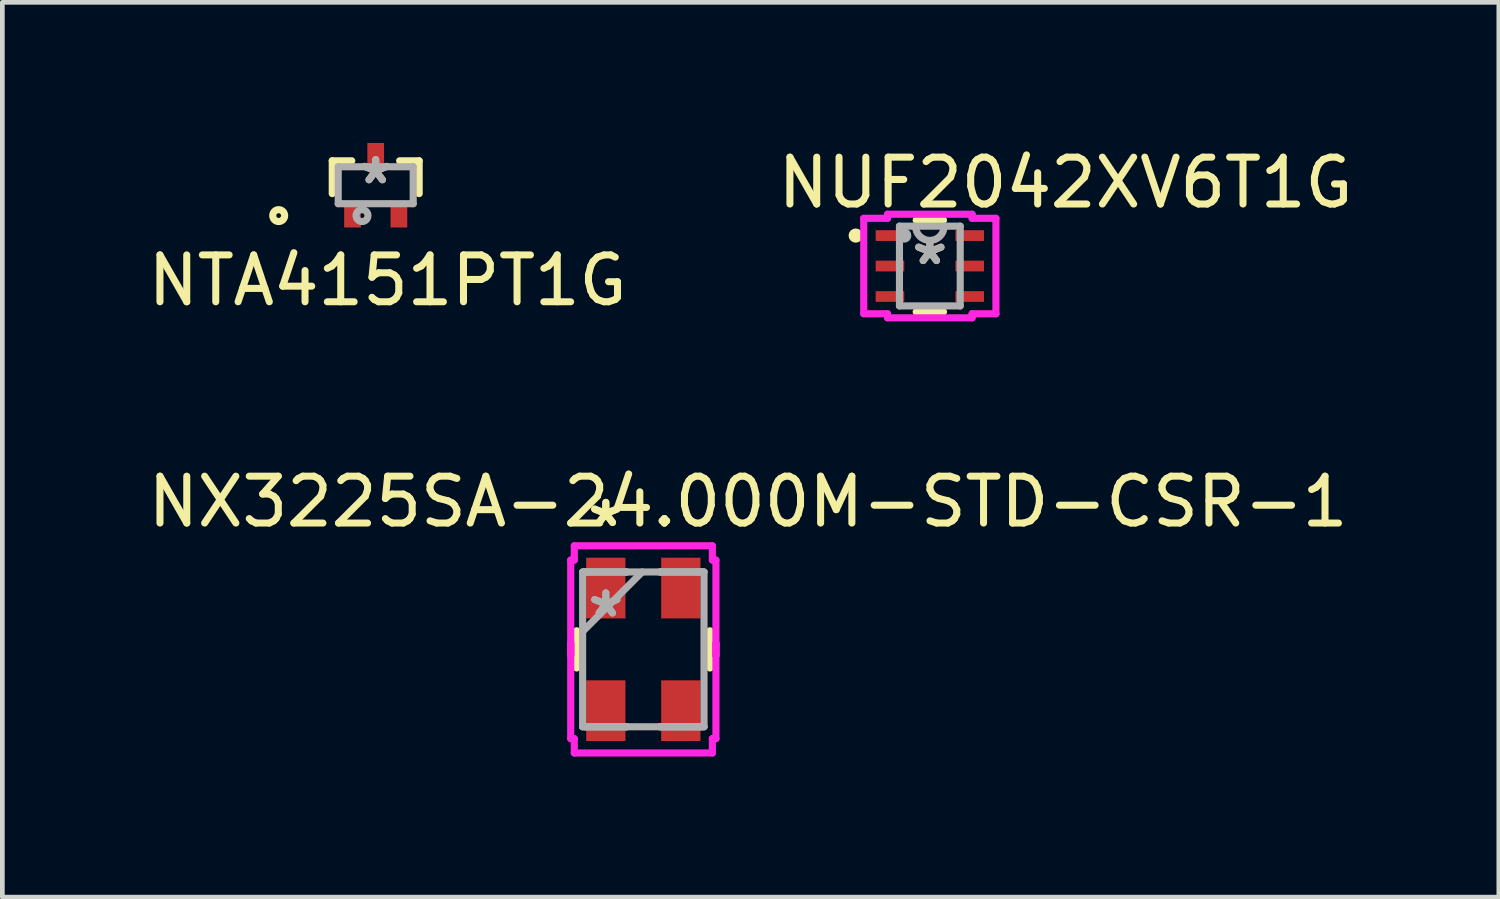
<source format=kicad_pcb>
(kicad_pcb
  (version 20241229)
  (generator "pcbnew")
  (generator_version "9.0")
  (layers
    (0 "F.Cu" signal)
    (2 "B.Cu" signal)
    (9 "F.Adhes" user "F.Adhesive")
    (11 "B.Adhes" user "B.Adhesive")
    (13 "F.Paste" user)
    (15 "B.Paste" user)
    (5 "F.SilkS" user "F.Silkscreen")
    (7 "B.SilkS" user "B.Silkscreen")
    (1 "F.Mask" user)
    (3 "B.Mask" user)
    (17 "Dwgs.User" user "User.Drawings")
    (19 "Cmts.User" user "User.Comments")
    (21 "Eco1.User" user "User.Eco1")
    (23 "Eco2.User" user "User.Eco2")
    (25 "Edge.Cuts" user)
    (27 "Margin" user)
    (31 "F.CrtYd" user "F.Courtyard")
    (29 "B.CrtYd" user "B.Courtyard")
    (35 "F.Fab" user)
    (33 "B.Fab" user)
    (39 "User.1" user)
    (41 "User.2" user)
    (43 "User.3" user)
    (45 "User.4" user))
  (footprint "NX3225SA-24.000M-STD-CSR-1"
    (layer "F.Cu")
    (at 10.676 10.805)
    (property "Reference" "NX3225SA-24.000M-STD-CSR-1" (at 2.235 -3.15 0) (layer "F.SilkS") (effects (font (size 1 1) (thickness 0.15))))
    (attr through_hole)
    (fp_line (start -1.422 -0.397) (end -1.422 0.397) (stroke (width 0.152) (type solid)) (layer "F.SilkS"))
    (fp_line (start 1.422 0.397) (end 1.422 -0.397) (stroke (width 0.152) (type solid)) (layer "F.SilkS"))
    (fp_line (start -1.549 -1.905) (end -1.473 -1.905) (stroke (width 0.152) (type solid)) (layer "F.CrtYd"))
    (fp_line (start -1.549 -0.127) (end -1.549 -0.127) (stroke (width 0.152) (type solid)) (layer "F.CrtYd"))
    (fp_line (start -1.549 -0.127) (end -1.549 0.127) (stroke (width 0.152) (type solid)) (layer "F.CrtYd"))
    (fp_line (start -1.549 0.127) (end -1.549 -1.905) (stroke (width 0.152) (type solid)) (layer "F.CrtYd"))
    (fp_line (start -1.549 0.127) (end -1.549 0.127) (stroke (width 0.152) (type solid)) (layer "F.CrtYd"))
    (fp_line (start -1.549 1.905) (end -1.549 -0.127) (stroke (width 0.152) (type solid)) (layer "F.CrtYd"))
    (fp_line (start -1.473 -2.21) (end 1.473 -2.21) (stroke (width 0.152) (type solid)) (layer "F.CrtYd"))
    (fp_line (start -1.473 -1.905) (end -1.473 -2.21) (stroke (width 0.152) (type solid)) (layer "F.CrtYd"))
    (fp_line (start -1.473 1.905) (end -1.549 1.905) (stroke (width 0.152) (type solid)) (layer "F.CrtYd"))
    (fp_line (start -1.473 2.21) (end -1.473 1.905) (stroke (width 0.152) (type solid)) (layer "F.CrtYd"))
    (fp_line (start 1.473 -2.21) (end 1.473 -1.905) (stroke (width 0.152) (type solid)) (layer "F.CrtYd"))
    (fp_line (start 1.473 -1.905) (end 1.549 -1.905) (stroke (width 0.152) (type solid)) (layer "F.CrtYd"))
    (fp_line (start 1.473 1.905) (end 1.473 2.21) (stroke (width 0.152) (type solid)) (layer "F.CrtYd"))
    (fp_line (start 1.473 2.21) (end -1.473 2.21) (stroke (width 0.152) (type solid)) (layer "F.CrtYd"))
    (fp_line (start 1.549 -1.905) (end 1.549 0.127) (stroke (width 0.152) (type solid)) (layer "F.CrtYd"))
    (fp_line (start 1.549 -0.127) (end 1.549 -0.127) (stroke (width 0.152) (type solid)) (layer "F.CrtYd"))
    (fp_line (start 1.549 -0.127) (end 1.549 1.905) (stroke (width 0.152) (type solid)) (layer "F.CrtYd"))
    (fp_line (start 1.549 0.127) (end 1.549 -0.127) (stroke (width 0.152) (type solid)) (layer "F.CrtYd"))
    (fp_line (start 1.549 0.127) (end 1.549 0.127) (stroke (width 0.152) (type solid)) (layer "F.CrtYd"))
    (fp_line (start 1.549 1.905) (end 1.473 1.905) (stroke (width 0.152) (type solid)) (layer "F.CrtYd"))
    (fp_line (start -1.295 -1.651) (end -1.295 -1.651) (stroke (width 0.152) (type solid)) (layer "F.Fab"))
    (fp_line (start -1.295 -1.651) (end -1.295 1.651) (stroke (width 0.152) (type solid)) (layer "F.Fab"))
    (fp_line (start -1.295 -0.381) (end -0.025 -1.651) (stroke (width 0.152) (type solid)) (layer "F.Fab"))
    (fp_line (start -1.295 1.651) (end -1.295 1.651) (stroke (width 0.152) (type solid)) (layer "F.Fab"))
    (fp_line (start -1.295 1.651) (end 1.295 1.651) (stroke (width 0.152) (type solid)) (layer "F.Fab"))
    (fp_line (start -1.245 -1.651) (end -1.245 -1.651) (stroke (width 0.152) (type solid)) (layer "F.Fab"))
    (fp_line (start -1.245 -1.651) (end -0.356 -1.651) (stroke (width 0.152) (type solid)) (layer "F.Fab"))
    (fp_line (start -1.245 1.651) (end -1.245 1.651) (stroke (width 0.152) (type solid)) (layer "F.Fab"))
    (fp_line (start -1.245 1.651) (end -0.356 1.651) (stroke (width 0.152) (type solid)) (layer "F.Fab"))
    (fp_line (start -0.356 -1.651) (end -1.245 -1.651) (stroke (width 0.152) (type solid)) (layer "F.Fab"))
    (fp_line (start -0.356 -1.651) (end -0.356 -1.651) (stroke (width 0.152) (type solid)) (layer "F.Fab"))
    (fp_line (start -0.356 1.651) (end -1.245 1.651) (stroke (width 0.152) (type solid)) (layer "F.Fab"))
    (fp_line (start -0.356 1.651) (end -0.356 1.651) (stroke (width 0.152) (type solid)) (layer "F.Fab"))
    (fp_line (start 0.356 -1.651) (end 0.356 -1.651) (stroke (width 0.152) (type solid)) (layer "F.Fab"))
    (fp_line (start 0.356 -1.651) (end 1.245 -1.651) (stroke (width 0.152) (type solid)) (layer "F.Fab"))
    (fp_line (start 0.356 1.651) (end 0.356 1.651) (stroke (width 0.152) (type solid)) (layer "F.Fab"))
    (fp_line (start 0.356 1.651) (end 1.245 1.651) (stroke (width 0.152) (type solid)) (layer "F.Fab"))
    (fp_line (start 1.245 -1.651) (end 0.356 -1.651) (stroke (width 0.152) (type solid)) (layer "F.Fab"))
    (fp_line (start 1.245 -1.651) (end 1.245 -1.651) (stroke (width 0.152) (type solid)) (layer "F.Fab"))
    (fp_line (start 1.245 1.651) (end 0.356 1.651) (stroke (width 0.152) (type solid)) (layer "F.Fab"))
    (fp_line (start 1.245 1.651) (end 1.245 1.651) (stroke (width 0.152) (type solid)) (layer "F.Fab"))
    (fp_line (start 1.295 -1.651) (end -1.295 -1.651) (stroke (width 0.152) (type solid)) (layer "F.Fab"))
    (fp_line (start 1.295 -1.651) (end 1.295 -1.651) (stroke (width 0.152) (type solid)) (layer "F.Fab"))
    (fp_line (start 1.295 1.651) (end 1.295 -1.651) (stroke (width 0.152) (type solid)) (layer "F.Fab"))
    (fp_line (start 1.295 1.651) (end 1.295 1.651) (stroke (width 0.152) (type solid)) (layer "F.Fab"))
    (fp_text user "*" (at -0.8 -2.591 0) (layer "F.SilkS") (effects (font (size 1 1) (thickness 0.15))))
    (fp_text user "*" (at -0.8 -2.591 0) (layer "F.SilkS") (effects (font (size 1 1) (thickness 0.15))))
    (fp_text user "*" (at -0.8 -0.66 0) (layer "F.Fab") (effects (font (size 1 1) (thickness 0.15))))
    (fp_text user "*" (at -0.8 -0.66 0) (layer "F.Fab") (effects (font (size 1 1) (thickness 0.15))))
    (pad "1" smd rect (at -0.8 -1.308) (size 0.838 1.295) (layers "F.Cu" "F.Mask" "F.Paste"))
    (pad "2" smd rect (at -0.8 1.308) (size 0.838 1.295) (layers "F.Cu" "F.Mask" "F.Paste"))
    (pad "3" smd rect (at 0.8 1.308) (size 0.838 1.295) (layers "F.Cu" "F.Mask" "F.Paste"))
    (pad "4" smd rect (at 0.8 -1.308) (size 0.838 1.295) (layers "F.Cu" "F.Mask" "F.Paste")))
  (footprint "NTA4151PT1G"
    (layer "F.Cu")
    (at 4.966 0.902)
    (property "Reference" "NTA4151PT1G" (at 0.254 2.032 0) (layer "F.SilkS") (effects (font (size 1 1) (thickness 0.15))))
    (attr through_hole)
    (fp_line (start -0.927 -0.521) (end -0.927 0.179) (stroke (width 0.152) (type solid)) (layer "F.SilkS"))
    (fp_line (start -0.511 -0.521) (end -0.927 -0.521) (stroke (width 0.152) (type solid)) (layer "F.SilkS"))
    (fp_line (start 0.927 -0.521) (end 0.511 -0.521) (stroke (width 0.152) (type solid)) (layer "F.SilkS"))
    (fp_line (start 0.927 0.179) (end 0.927 -0.521) (stroke (width 0.152) (type solid)) (layer "F.SilkS"))
    (fp_circle (center -2.07 0.648) (end -1.943 0.648) (stroke (width 0.152) (type solid)) (fill no) (layer "F.SilkS"))
    (fp_line (start -0.8 -0.394) (end -0.8 0.394) (stroke (width 0.152) (type solid)) (layer "F.Fab"))
    (fp_line (start -0.8 0.394) (end 0.8 0.394) (stroke (width 0.152) (type solid)) (layer "F.Fab"))
    (fp_line (start 0.8 -0.394) (end -0.8 -0.394) (stroke (width 0.152) (type solid)) (layer "F.Fab"))
    (fp_line (start 0.8 0.394) (end 0.8 -0.394) (stroke (width 0.152) (type solid)) (layer "F.Fab"))
    (fp_circle (center -0.292 0.648) (end -0.165 0.648) (stroke (width 0.152) (type solid)) (fill no) (layer "F.Fab"))
    (fp_text user "*" (at 0 0 0) (layer "F.SilkS") (effects (font (size 1 1) (thickness 0.15))))
    (fp_text user "*" (at 0 0 0) (layer "F.Fab") (effects (font (size 1 1) (thickness 0.15))))
    (pad "1" smd rect (at -0.495 0.648) (size 0.356 0.508) (layers "F.Cu" "F.Mask" "F.Paste"))
    (pad "2" smd rect (at 0.495 0.648) (size 0.356 0.508) (layers "F.Cu" "F.Mask" "F.Paste"))
    (pad "3" smd rect (at 0 -0.648) (size 0.356 0.508) (layers "F.Cu" "F.Mask" "F.Paste")))
  (footprint "NUF2042XV6T1G"
    (layer "F.Cu")
    (at 16.789 2.626)
    (property "Reference" "NUF2042XV6T1G" (at 2.896 -1.778 0) (layer "F.SilkS") (effects (font (size 1 1) (thickness 0.15))))
    (attr through_hole)
    (fp_line (start -0.291 0.978) (end 0.291 0.978) (stroke (width 0.152) (type solid)) (layer "F.SilkS"))
    (fp_line (start 0.291 -0.978) (end -0.291 -0.978) (stroke (width 0.152) (type solid)) (layer "F.SilkS"))
    (fp_circle (center -1.582 -0.65) (end -1.506 -0.65) (stroke (width 0.152) (type solid)) (fill no) (layer "F.SilkS"))
    (fp_line (start -1.41 -1.018) (end -0.902 -1.018) (stroke (width 0.152) (type solid)) (layer "F.CrtYd"))
    (fp_line (start -1.41 1.018) (end -1.41 -1.018) (stroke (width 0.152) (type solid)) (layer "F.CrtYd"))
    (fp_line (start -0.902 -1.105) (end 0.902 -1.105) (stroke (width 0.152) (type solid)) (layer "F.CrtYd"))
    (fp_line (start -0.902 -1.018) (end -0.902 -1.105) (stroke (width 0.152) (type solid)) (layer "F.CrtYd"))
    (fp_line (start -0.902 1.018) (end -1.41 1.018) (stroke (width 0.152) (type solid)) (layer "F.CrtYd"))
    (fp_line (start -0.902 1.105) (end -0.902 1.018) (stroke (width 0.152) (type solid)) (layer "F.CrtYd"))
    (fp_line (start 0.902 -1.105) (end 0.902 -1.018) (stroke (width 0.152) (type solid)) (layer "F.CrtYd"))
    (fp_line (start 0.902 -1.018) (end 1.41 -1.018) (stroke (width 0.152) (type solid)) (layer "F.CrtYd"))
    (fp_line (start 0.902 1.018) (end 0.902 1.105) (stroke (width 0.152) (type solid)) (layer "F.CrtYd"))
    (fp_line (start 0.902 1.105) (end -0.902 1.105) (stroke (width 0.152) (type solid)) (layer "F.CrtYd"))
    (fp_line (start 1.41 -1.018) (end 1.41 1.018) (stroke (width 0.152) (type solid)) (layer "F.CrtYd"))
    (fp_line (start 1.41 1.018) (end 0.902 1.018) (stroke (width 0.152) (type solid)) (layer "F.CrtYd"))
    (fp_line (start -0.648 -0.851) (end -0.648 0.851) (stroke (width 0.152) (type solid)) (layer "F.Fab"))
    (fp_line (start -0.648 0.851) (end 0.648 0.851) (stroke (width 0.152) (type solid)) (layer "F.Fab"))
    (fp_line (start 0.648 -0.851) (end -0.648 -0.851) (stroke (width 0.152) (type solid)) (layer "F.Fab"))
    (fp_line (start 0.648 0.851) (end 0.648 -0.851) (stroke (width 0.152) (type solid)) (layer "F.Fab"))
    (fp_arc (start 0.3048 -0.8509) (mid 0 -0.5461) (end -0.3048 -0.8509) (stroke (width 0.1524) (type solid)) (layer "F.Fab"))
    (fp_circle (center -0.546 -0.65) (end -0.546 -0.65) (stroke (width 0.152) (type solid)) (fill no) (layer "F.Fab"))
    (fp_text user "*" (at 0 0 0) (layer "F.SilkS") (effects (font (size 1 1) (thickness 0.15))))
    (fp_text user "*" (at 0 0 0) (layer "F.Fab") (effects (font (size 1 1) (thickness 0.15))))
    (pad "1" smd rect (at -0.851 -0.65) (size 0.61 0.229) (layers "F.Cu" "F.Mask" "F.Paste"))
    (pad "2" smd rect (at -0.851 0) (size 0.61 0.229) (layers "F.Cu" "F.Mask" "F.Paste"))
    (pad "3" smd rect (at -0.851 0.65) (size 0.61 0.229) (layers "F.Cu" "F.Mask" "F.Paste"))
    (pad "4" smd rect (at 0.851 0.65) (size 0.61 0.229) (layers "F.Cu" "F.Mask" "F.Paste"))
    (pad "5" smd rect (at 0.851 0) (size 0.61 0.229) (layers "F.Cu" "F.Mask" "F.Paste"))
    (pad "6" smd rect (at 0.851 -0.65) (size 0.61 0.229) (layers "F.Cu" "F.Mask" "F.Paste")))
  (gr_rect
    (start -3 -3)
    (end 28.929 16.091)
    (stroke (width 0.1) (type default))
    (fill no)
    (layer "Edge.Cuts")))
</source>
